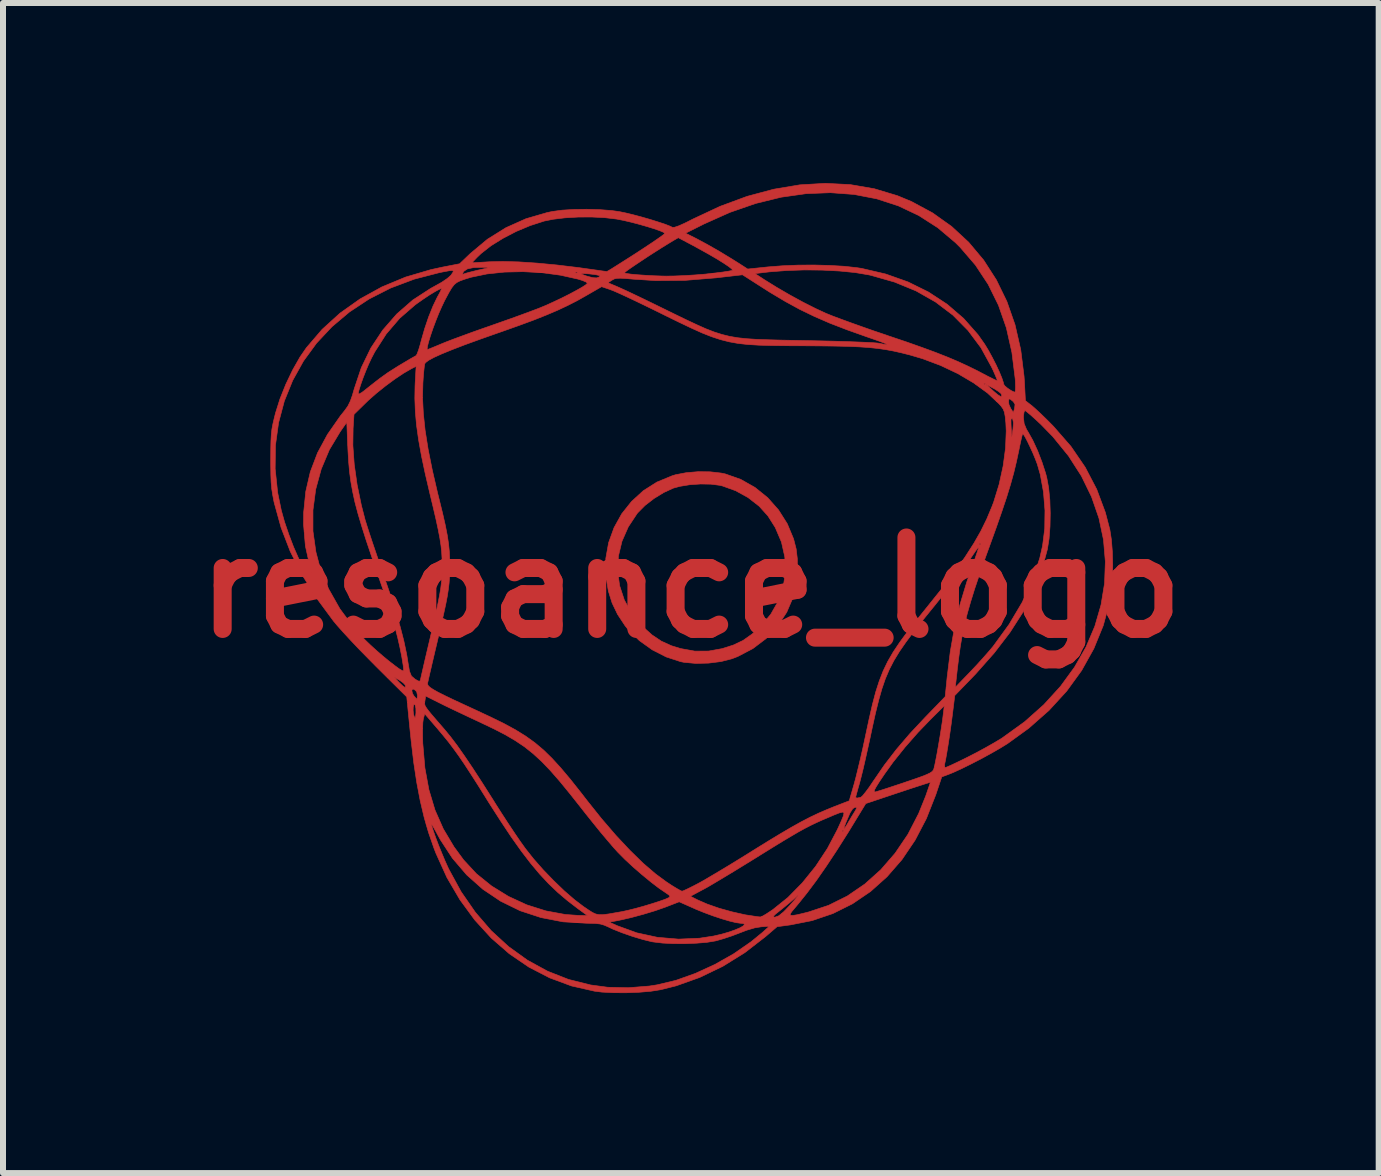
<source format=kicad_pcb>
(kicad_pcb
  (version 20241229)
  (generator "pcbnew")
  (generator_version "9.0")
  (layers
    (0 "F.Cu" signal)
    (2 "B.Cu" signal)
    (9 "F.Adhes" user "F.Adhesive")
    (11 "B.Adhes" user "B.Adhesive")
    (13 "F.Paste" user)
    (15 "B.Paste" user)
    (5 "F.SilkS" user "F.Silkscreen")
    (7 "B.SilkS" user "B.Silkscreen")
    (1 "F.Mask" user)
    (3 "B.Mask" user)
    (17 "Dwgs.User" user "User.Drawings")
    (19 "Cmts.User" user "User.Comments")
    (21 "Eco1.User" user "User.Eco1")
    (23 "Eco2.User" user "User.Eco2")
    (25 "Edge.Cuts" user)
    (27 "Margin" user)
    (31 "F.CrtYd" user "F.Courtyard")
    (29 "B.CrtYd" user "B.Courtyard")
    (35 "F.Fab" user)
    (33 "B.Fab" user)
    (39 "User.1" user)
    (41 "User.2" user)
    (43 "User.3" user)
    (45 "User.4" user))
  (footprint "resoance_logo"
    (layer "F.Cu")
    (at 8.462 6.741)
    (property "Reference" "resoance_logo" (at 0 0 0) (layer "F.Cu") (effects (font (size 1.524 1.524) (thickness 0.3))))
    (attr through_hole)
    (fp_poly (pts (xy 0.322 -1.929) (xy 0.506 -1.908) (xy 0.573 -1.894) (xy 0.831 -1.803) (xy 1.068 -1.669) (xy 1.28 -1.498) (xy 1.461 -1.294) (xy 1.607 -1.063) (xy 1.712 -0.811) (xy 1.755 -0.643) (xy 1.774 -0.482) (xy 1.775 -0.294) (xy 1.759 -0.102) (xy 1.729 0.073) (xy 1.708 0.153) (xy 1.598 0.411) (xy 1.446 0.644) (xy 1.256 0.848) (xy 1.033 1.017) (xy 0.781 1.149) (xy 0.682 1.187) (xy 0.502 1.233) (xy 0.295 1.259) (xy 0.083 1.264) (xy -0.113 1.246) (xy -0.172 1.234) (xy -0.411 1.156) (xy -0.644 1.037) (xy -0.858 0.884) (xy -1.04 0.706) (xy -1.096 0.636) (xy -1.221 0.447) (xy -1.312 0.257) (xy -1.375 0.057) (xy -1.42 -0.217) (xy -1.419 -0.277) (xy -1.22 -0.277) (xy -1.187 -0.031) (xy -1.109 0.206) (xy -0.986 0.429) (xy -0.819 0.633) (xy -0.803 0.649) (xy -0.646 0.79) (xy -0.492 0.893) (xy -0.325 0.969) (xy -0.173 1.016) (xy 0.065 1.059) (xy 0.297 1.058) (xy 0.519 1.018) (xy 0.708 0.958) (xy 0.87 0.881) (xy 1.02 0.775) (xy 1.159 0.649) (xy 1.331 0.446) (xy 1.458 0.223) (xy 1.54 -0.014) (xy 1.576 -0.26) (xy 1.566 -0.51) (xy 1.51 -0.758) (xy 1.407 -1) (xy 1.285 -1.193) (xy 1.138 -1.356) (xy 0.953 -1.5) (xy 0.746 -1.614) (xy 0.527 -1.693) (xy 0.481 -1.704) (xy 0.334 -1.723) (xy 0.162 -1.726) (xy -0.017 -1.714) (xy -0.182 -1.687) (xy -0.292 -1.657) (xy -0.451 -1.584) (xy -0.614 -1.484) (xy -0.764 -1.368) (xy -0.882 -1.249) (xy -0.893 -1.237) (xy -1.043 -1.01) (xy -1.148 -0.771) (xy -1.207 -0.525) (xy -1.22 -0.277) (xy -1.419 -0.277) (xy -1.417 -0.487) (xy -1.37 -0.749) (xy -1.28 -0.998) (xy -1.152 -1.229) (xy -0.988 -1.435) (xy -0.792 -1.614) (xy -0.565 -1.758) (xy -0.311 -1.863) (xy -0.255 -1.88) (xy -0.079 -1.914) (xy 0.12 -1.931) (xy 0.322 -1.929)) (stroke (width 0.01) (type solid)) (fill yes) (layer "F.Cu"))
    (fp_poly (pts (xy 2.656 -6.715) (xy 3.056 -6.646) (xy 3.442 -6.53) (xy 3.676 -6.433) (xy 4.027 -6.244) (xy 4.346 -6.017) (xy 4.63 -5.754) (xy 4.879 -5.457) (xy 5.091 -5.127) (xy 5.266 -4.768) (xy 5.402 -4.379) (xy 5.497 -3.964) (xy 5.552 -3.524) (xy 5.559 -3.423) (xy 5.575 -3.114) (xy 5.688 -3.026) (xy 5.748 -2.973) (xy 5.833 -2.894) (xy 5.931 -2.799) (xy 6.033 -2.696) (xy 6.048 -2.68) (xy 6.334 -2.352) (xy 6.572 -2.004) (xy 6.763 -1.638) (xy 6.907 -1.252) (xy 6.982 -0.966) (xy 7.008 -0.797) (xy 7.024 -0.594) (xy 7.03 -0.374) (xy 7.025 -0.153) (xy 7.01 0.051) (xy 6.984 0.223) (xy 6.983 0.229) (xy 6.872 0.633) (xy 6.715 1.018) (xy 6.512 1.382) (xy 6.263 1.725) (xy 5.969 2.046) (xy 5.631 2.344) (xy 5.276 2.601) (xy 5.154 2.676) (xy 5.004 2.762) (xy 4.838 2.853) (xy 4.669 2.94) (xy 4.509 3.019) (xy 4.371 3.082) (xy 4.296 3.112) (xy 4.181 3.155) (xy 4.081 3.453) (xy 3.925 3.849) (xy 3.737 4.209) (xy 3.518 4.533) (xy 3.269 4.819) (xy 2.994 5.065) (xy 2.692 5.27) (xy 2.367 5.432) (xy 2.019 5.55) (xy 1.66 5.621) (xy 1.437 5.651) (xy 1.246 5.815) (xy 0.9 6.083) (xy 0.533 6.311) (xy 0.149 6.496) (xy -0.243 6.636) (xy -0.502 6.701) (xy -0.667 6.727) (xy -0.865 6.744) (xy -1.079 6.752) (xy -1.29 6.751) (xy -1.483 6.741) (xy -1.608 6.725) (xy -1.99 6.638) (xy -2.354 6.503) (xy -2.7 6.324) (xy -3.025 6.102) (xy -3.326 5.84) (xy -3.601 5.539) (xy -3.848 5.202) (xy -4.065 4.831) (xy -4.248 4.427) (xy -4.283 4.336) (xy -4.37 4.085) (xy -4.412 3.943) (xy -4.322 3.943) (xy -4.313 3.987) (xy -4.287 4.067) (xy -4.249 4.174) (xy -4.202 4.298) (xy -4.149 4.428) (xy -4.096 4.555) (xy -4.045 4.668) (xy -4.034 4.691) (xy -3.828 5.069) (xy -3.591 5.411) (xy -3.327 5.717) (xy -3.037 5.983) (xy -2.723 6.209) (xy -2.389 6.392) (xy -2.038 6.53) (xy -1.67 6.622) (xy -1.386 6.66) (xy -1.043 6.668) (xy -0.692 6.64) (xy -0.563 6.62) (xy -0.249 6.545) (xy 0.076 6.429) (xy 0.401 6.28) (xy 0.715 6.102) (xy 1.005 5.901) (xy 1.195 5.745) (xy 1.309 5.643) (xy 1.17 5.653) (xy 1.062 5.671) (xy 0.93 5.71) (xy 0.813 5.755) (xy 0.687 5.803) (xy 0.549 5.849) (xy 0.427 5.884) (xy 0.406 5.889) (xy 0.266 5.912) (xy 0.093 5.926) (xy -0.099 5.934) (xy -0.293 5.933) (xy -0.472 5.924) (xy -0.621 5.906) (xy -0.648 5.902) (xy -0.799 5.865) (xy -0.972 5.813) (xy -1.145 5.753) (xy -1.3 5.691) (xy -1.378 5.654) (xy -1.445 5.625) (xy -1.511 5.606) (xy -1.592 5.597) (xy -1.705 5.594) (xy -1.747 5.593) (xy -2.046 5.575) (xy -1.36 5.575) (xy -1.221 5.637) (xy -0.899 5.754) (xy -0.557 5.828) (xy -0.206 5.858) (xy 0.144 5.843) (xy 0.378 5.807) (xy 0.512 5.776) (xy 0.633 5.741) (xy 0.738 5.704) (xy 0.82 5.669) (xy 0.874 5.638) (xy 0.894 5.613) (xy 0.875 5.598) (xy 0.828 5.594) (xy 0.755 5.584) (xy 0.647 5.558) (xy 0.514 5.519) (xy 0.367 5.47) (xy 0.219 5.415) (xy 0.079 5.358) (xy 0.062 5.35) (xy -0.195 5.236) (xy -0.427 5.326) (xy -0.596 5.385) (xy -0.794 5.445) (xy -0.998 5.5) (xy -1.187 5.543) (xy -1.259 5.557) (xy -1.36 5.575) (xy -2.046 5.575) (xy -2.131 5.57) (xy -2.498 5.499) (xy -2.845 5.385) (xy -3.168 5.227) (xy -3.466 5.027) (xy -3.735 4.788) (xy -3.973 4.51) (xy -4.178 4.196) (xy -4.206 4.144) (xy -4.255 4.054) (xy -4.294 3.985) (xy -4.317 3.947) (xy -4.322 3.943) (xy -4.412 3.943) (xy -4.445 3.826) (xy -4.51 3.551) (xy -4.567 3.252) (xy -4.617 2.922) (xy -4.661 2.552) (xy -4.67 2.464) (xy -4.47 2.464) (xy -4.467 2.597) (xy -4.466 2.606) (xy -4.432 3.005) (xy -4.365 3.369) (xy -4.264 3.706) (xy -4.125 4.021) (xy -3.947 4.32) (xy -3.787 4.538) (xy -3.573 4.769) (xy -3.32 4.973) (xy -3.038 5.147) (xy -2.734 5.287) (xy -2.415 5.388) (xy -2.09 5.448) (xy -1.872 5.463) (xy -1.723 5.466) (xy -1.885 5.348) (xy -2.057 5.216) (xy -2.217 5.08) (xy -2.37 4.934) (xy -2.52 4.773) (xy -2.671 4.593) (xy -2.827 4.389) (xy -2.993 4.155) (xy -3.171 3.887) (xy -3.368 3.58) (xy -3.42 3.496) (xy -3.559 3.274) (xy -3.677 3.09) (xy -3.779 2.934) (xy -3.87 2.801) (xy -3.956 2.682) (xy -4.04 2.571) (xy -4.129 2.462) (xy -4.227 2.345) (xy -4.23 2.342) (xy -4.435 2.103) (xy -4.458 2.189) (xy -4.466 2.247) (xy -4.47 2.343) (xy -4.47 2.464) (xy -4.67 2.464) (xy -4.679 2.379) (xy -4.712 2.047) (xy -4.628 2.047) (xy -4.621 2.11) (xy -4.608 2.153) (xy -4.595 2.168) (xy -4.586 2.136) (xy -4.581 2.088) (xy -4.582 2.013) (xy -4.594 1.96) (xy -4.6 1.949) (xy -4.617 1.952) (xy -4.626 1.99) (xy -4.628 2.047) (xy -4.712 2.047) (xy -4.722 1.942) (xy -4.435 1.942) (xy -4.428 1.969) (xy -4.407 2.004) (xy -4.371 2.053) (xy -4.314 2.122) (xy -4.233 2.216) (xy -4.123 2.343) (xy -4.104 2.365) (xy -4.006 2.484) (xy -3.896 2.629) (xy -3.773 2.804) (xy -3.632 3.013) (xy -3.473 3.258) (xy -3.292 3.543) (xy -3.253 3.606) (xy -3.151 3.766) (xy -3.043 3.932) (xy -2.937 4.091) (xy -2.841 4.232) (xy -2.763 4.341) (xy -2.762 4.343) (xy -2.622 4.52) (xy -2.46 4.704) (xy -2.284 4.886) (xy -2.106 5.057) (xy -1.936 5.204) (xy -1.783 5.32) (xy -1.782 5.32) (xy -1.7 5.376) (xy -1.638 5.415) (xy -1.583 5.44) (xy -1.527 5.451) (xy -1.458 5.45) (xy -1.366 5.438) (xy -1.24 5.416) (xy -1.148 5.4) (xy -1.047 5.378) (xy -0.922 5.347) (xy -0.785 5.309) (xy -0.649 5.268) (xy -0.525 5.228) (xy -0.426 5.193) (xy -0.365 5.166) (xy -0.348 5.147) (xy -0.35 5.144) (xy -0.007 5.144) (xy 0.111 5.204) (xy 0.274 5.275) (xy 0.472 5.344) (xy 0.688 5.404) (xy 0.906 5.453) (xy 1.109 5.484) (xy 1.159 5.489) (xy 1.191 5.477) (xy 1.196 5.474) (xy 1.378 5.474) (xy 1.378 5.489) (xy 1.403 5.492) (xy 1.464 5.47) (xy 1.499 5.442) (xy 1.655 5.442) (xy 1.661 5.461) (xy 1.7 5.464) (xy 1.777 5.451) (xy 1.897 5.422) (xy 1.964 5.405) (xy 2.295 5.295) (xy 2.607 5.14) (xy 2.898 4.941) (xy 3.165 4.702) (xy 3.405 4.425) (xy 3.617 4.112) (xy 3.796 3.765) (xy 3.913 3.475) (xy 3.947 3.377) (xy 3.974 3.299) (xy 3.989 3.253) (xy 3.992 3.245) (xy 3.969 3.251) (xy 3.905 3.271) (xy 3.806 3.303) (xy 3.679 3.344) (xy 3.532 3.393) (xy 3.453 3.419) (xy 2.915 3.599) (xy 2.838 3.725) (xy 2.626 4.073) (xy 2.432 4.379) (xy 2.254 4.648) (xy 2.089 4.885) (xy 1.933 5.093) (xy 1.784 5.278) (xy 1.727 5.346) (xy 1.679 5.403) (xy 1.655 5.442) (xy 1.499 5.442) (xy 1.543 5.406) (xy 1.578 5.371) (xy 1.65 5.294) (xy 1.717 5.218) (xy 1.755 5.174) (xy 1.785 5.135) (xy 1.787 5.128) (xy 1.756 5.154) (xy 1.716 5.19) (xy 1.639 5.257) (xy 1.545 5.334) (xy 1.479 5.387) (xy 1.41 5.442) (xy 1.378 5.474) (xy 1.196 5.474) (xy 1.253 5.441) (xy 1.334 5.388) (xy 1.368 5.365) (xy 1.618 5.164) (xy 1.857 4.921) (xy 2.079 4.646) (xy 2.276 4.347) (xy 2.43 4.055) (xy 2.517 4.055) (xy 2.53 4.068) (xy 2.543 4.055) (xy 2.53 4.043) (xy 2.517 4.055) (xy 2.43 4.055) (xy 2.441 4.033) (xy 2.448 4.017) (xy 2.551 4.017) (xy 2.566 4.005) (xy 2.603 3.948) (xy 2.633 3.896) (xy 2.68 3.816) (xy 2.723 3.746) (xy 2.74 3.718) (xy 2.763 3.677) (xy 2.755 3.663) (xy 2.735 3.661) (xy 2.698 3.685) (xy 2.656 3.749) (xy 2.641 3.782) (xy 2.588 3.906) (xy 2.558 3.984) (xy 2.551 4.017) (xy 2.448 4.017) (xy 2.449 4.017) (xy 2.507 3.889) (xy 2.542 3.804) (xy 2.551 3.756) (xy 2.53 3.741) (xy 2.474 3.755) (xy 2.38 3.792) (xy 2.297 3.828) (xy 2.19 3.873) (xy 2.093 3.917) (xy 1.999 3.962) (xy 1.902 4.012) (xy 1.796 4.07) (xy 1.675 4.141) (xy 1.532 4.226) (xy 1.361 4.331) (xy 1.156 4.458) (xy 1.055 4.521) (xy 0.881 4.628) (xy 0.71 4.733) (xy 0.549 4.83) (xy 0.407 4.915) (xy 0.292 4.983) (xy 0.211 5.028) (xy 0.206 5.03) (xy -0.007 5.144) (xy -0.35 5.144) (xy -0.365 5.123) (xy -0.421 5.084) (xy -0.423 5.083) (xy -0.533 5.008) (xy -0.666 4.906) (xy -0.813 4.785) (xy -0.961 4.657) (xy -1.099 4.529) (xy -1.216 4.411) (xy -1.216 4.411) (xy -1.292 4.327) (xy -1.391 4.211) (xy -1.507 4.073) (xy -1.63 3.921) (xy -1.755 3.765) (xy -1.823 3.678) (xy -2.017 3.433) (xy -2.188 3.224) (xy -2.343 3.047) (xy -2.488 2.896) (xy -2.629 2.767) (xy -2.772 2.653) (xy -2.924 2.551) (xy -3.091 2.453) (xy -3.279 2.356) (xy -3.493 2.254) (xy -3.496 2.252) (xy -3.655 2.178) (xy -3.818 2.101) (xy -3.972 2.028) (xy -4.103 1.965) (xy -4.173 1.93) (xy -4.419 1.807) (xy -4.431 1.889) (xy -4.435 1.917) (xy -4.435 1.942) (xy -4.722 1.942) (xy -4.734 1.822) (xy -4.84 1.717) (xy -4.649 1.717) (xy -4.639 1.765) (xy -4.611 1.81) (xy -4.564 1.862) (xy -4.555 1.803) (xy -4.568 1.738) (xy -4.593 1.71) (xy -4.63 1.689) (xy -4.646 1.705) (xy -4.649 1.717) (xy -4.84 1.717) (xy -5.066 1.493) (xy -4.945 1.493) (xy -4.858 1.585) (xy -4.797 1.643) (xy -4.762 1.664) (xy -4.754 1.647) (xy -4.761 1.622) (xy -4.791 1.589) (xy -4.846 1.549) (xy -4.86 1.541) (xy -4.945 1.493) (xy -5.066 1.493) (xy -5.248 1.312) (xy -5.393 1.165) (xy -5.538 1.017) (xy -5.674 0.873) (xy -5.794 0.743) (xy -5.891 0.634) (xy -5.954 0.559) (xy -6.241 0.17) (xy -6.481 -0.217) (xy -6.676 -0.604) (xy -6.828 -0.999) (xy -6.94 -1.404) (xy -6.947 -1.433) (xy -6.968 -1.542) (xy -6.984 -1.645) (xy -6.994 -1.754) (xy -6.999 -1.882) (xy -7 -1.98) (xy -6.927 -1.98) (xy -6.885 -1.58) (xy -6.824 -1.284) (xy -6.77 -1.092) (xy -6.699 -0.884) (xy -6.621 -0.679) (xy -6.542 -0.499) (xy -6.528 -0.47) (xy -6.493 -0.404) (xy -6.444 -0.316) (xy -6.388 -0.218) (xy -6.329 -0.118) (xy -6.274 -0.027) (xy -6.228 0.047) (xy -6.197 0.092) (xy -6.188 0.102) (xy -6.191 0.081) (xy -6.209 0.03) (xy -6.219 0.006) (xy -6.345 -0.34) (xy -6.423 -0.692) (xy -6.454 -1.056) (xy -6.452 -1.255) (xy -6.448 -1.291) (xy -6.297 -1.291) (xy -6.297 -0.94) (xy -6.248 -0.593) (xy -6.178 -0.329) (xy -6.037 0.02) (xy -5.849 0.353) (xy -5.616 0.667) (xy -5.43 0.87) (xy -5.342 0.955) (xy -5.242 1.046) (xy -5.137 1.137) (xy -5.034 1.222) (xy -4.94 1.295) (xy -4.863 1.352) (xy -4.809 1.384) (xy -4.788 1.389) (xy -4.787 1.361) (xy -4.794 1.294) (xy -4.809 1.202) (xy -4.817 1.153) (xy -4.849 0.993) (xy -4.885 0.835) (xy -4.928 0.669) (xy -4.981 0.487) (xy -5.046 0.282) (xy -5.125 0.046) (xy -5.211 -0.203) (xy -5.319 -0.516) (xy -5.41 -0.787) (xy -5.485 -1.024) (xy -5.547 -1.233) (xy -5.597 -1.421) (xy -5.635 -1.595) (xy -5.665 -1.76) (xy -5.687 -1.924) (xy -5.702 -2.092) (xy -5.713 -2.272) (xy -5.717 -2.362) (xy -5.718 -2.368) (xy -5.632 -2.368) (xy -5.609 -2.05) (xy -5.561 -1.713) (xy -5.49 -1.369) (xy -5.428 -1.129) (xy -5.401 -1.042) (xy -5.361 -0.917) (xy -5.31 -0.763) (xy -5.251 -0.589) (xy -5.188 -0.404) (xy -5.135 -0.251) (xy -5.017 0.093) (xy -4.92 0.395) (xy -4.842 0.658) (xy -4.783 0.887) (xy -4.741 1.085) (xy -4.73 1.144) (xy -4.714 1.245) (xy -4.698 1.339) (xy -4.689 1.393) (xy -4.656 1.474) (xy -4.594 1.527) (xy -4.541 1.557) (xy -4.516 1.56) (xy -4.506 1.537) (xy -4.505 1.532) (xy -4.497 1.496) (xy -4.479 1.417) (xy -4.453 1.304) (xy -4.42 1.162) (xy -4.382 1) (xy -4.347 0.852) (xy -4.292 0.614) (xy -4.247 0.419) (xy -4.213 0.259) (xy -4.187 0.126) (xy -4.168 0.013) (xy -4.156 -0.087) (xy -4.149 -0.181) (xy -4.145 -0.277) (xy -4.145 -0.369) (xy -4.146 -0.481) (xy -4.152 -0.589) (xy -4.164 -0.702) (xy -4.183 -0.826) (xy -4.211 -0.97) (xy -4.248 -1.142) (xy -4.296 -1.348) (xy -4.345 -1.551) (xy -4.425 -1.893) (xy -4.489 -2.195) (xy -4.537 -2.463) (xy -4.571 -2.706) (xy -4.591 -2.931) (xy -4.599 -3.145) (xy -4.599 -3.166) (xy -4.471 -3.166) (xy -4.458 -2.905) (xy -4.428 -2.62) (xy -4.378 -2.305) (xy -4.308 -1.955) (xy -4.218 -1.566) (xy -4.192 -1.462) (xy -4.135 -1.23) (xy -4.091 -1.036) (xy -4.059 -0.872) (xy -4.037 -0.727) (xy -4.024 -0.592) (xy -4.018 -0.456) (xy -4.017 -0.369) (xy -4.018 -0.261) (xy -4.022 -0.164) (xy -4.029 -0.069) (xy -4.041 0.031) (xy -4.058 0.142) (xy -4.083 0.272) (xy -4.117 0.429) (xy -4.16 0.619) (xy -4.214 0.851) (xy -4.223 0.89) (xy -4.265 1.067) (xy -4.303 1.229) (xy -4.336 1.371) (xy -4.362 1.483) (xy -4.379 1.56) (xy -4.387 1.592) (xy -4.386 1.614) (xy -4.373 1.638) (xy -4.342 1.666) (xy -4.29 1.7) (xy -4.212 1.744) (xy -4.104 1.798) (xy -3.961 1.867) (xy -3.78 1.951) (xy -3.598 2.035) (xy -3.339 2.156) (xy -3.116 2.265) (xy -2.923 2.37) (xy -2.753 2.475) (xy -2.6 2.585) (xy -2.455 2.707) (xy -2.313 2.846) (xy -2.166 3.007) (xy -2.007 3.196) (xy -1.83 3.419) (xy -1.731 3.547) (xy -1.49 3.849) (xy -1.251 4.127) (xy -1.017 4.377) (xy -0.795 4.594) (xy -0.586 4.773) (xy -0.411 4.902) (xy -0.314 4.966) (xy -0.23 5.017) (xy -0.171 5.05) (xy -0.147 5.06) (xy -0.114 5.048) (xy -0.047 5.017) (xy 0.043 4.972) (xy 0.124 4.93) (xy 0.209 4.883) (xy 0.328 4.813) (xy 0.475 4.726) (xy 0.641 4.626) (xy 0.817 4.518) (xy 0.996 4.407) (xy 1.029 4.386) (xy 1.276 4.233) (xy 1.489 4.104) (xy 1.673 3.996) (xy 1.836 3.905) (xy 1.984 3.828) (xy 2.125 3.761) (xy 2.266 3.7) (xy 2.394 3.648) (xy 2.64 3.553) (xy 2.656 3.496) (xy 2.746 3.496) (xy 2.766 3.508) (xy 2.818 3.498) (xy 2.835 3.493) (xy 2.865 3.466) (xy 2.914 3.405) (xy 2.919 3.399) (xy 3.055 3.399) (xy 3.066 3.407) (xy 3.096 3.399) (xy 3.166 3.378) (xy 3.268 3.345) (xy 3.395 3.303) (xy 3.54 3.255) (xy 3.554 3.25) (xy 3.718 3.194) (xy 3.84 3.151) (xy 3.927 3.117) (xy 3.984 3.09) (xy 4.02 3.066) (xy 4.04 3.042) (xy 4.047 3.027) (xy 4.058 2.987) (xy 4.227 2.987) (xy 4.239 3) (xy 4.269 2.989) (xy 4.335 2.96) (xy 4.431 2.915) (xy 4.546 2.859) (xy 4.616 2.824) (xy 4.764 2.748) (xy 4.917 2.665) (xy 5.061 2.583) (xy 5.179 2.512) (xy 5.199 2.498) (xy 5.562 2.236) (xy 5.882 1.951) (xy 6.16 1.646) (xy 6.394 1.325) (xy 6.585 0.99) (xy 6.732 0.644) (xy 6.835 0.289) (xy 6.894 -0.071) (xy 6.907 -0.434) (xy 6.876 -0.797) (xy 6.8 -1.157) (xy 6.677 -1.512) (xy 6.508 -1.859) (xy 6.293 -2.194) (xy 6.031 -2.516) (xy 5.836 -2.716) (xy 5.744 -2.802) (xy 5.664 -2.874) (xy 5.603 -2.925) (xy 5.57 -2.949) (xy 5.567 -2.949) (xy 5.553 -2.927) (xy 5.544 -2.869) (xy 5.543 -2.831) (xy 5.554 -2.732) (xy 5.593 -2.637) (xy 5.621 -2.591) (xy 5.699 -2.452) (xy 5.778 -2.28) (xy 5.851 -2.091) (xy 5.912 -1.904) (xy 5.931 -1.831) (xy 5.962 -1.662) (xy 5.982 -1.46) (xy 5.989 -1.241) (xy 5.985 -1.019) (xy 5.969 -0.812) (xy 5.941 -0.637) (xy 5.845 -0.281) (xy 5.711 0.065) (xy 5.536 0.407) (xy 5.318 0.747) (xy 5.056 1.089) (xy 4.747 1.438) (xy 4.676 1.512) (xy 4.398 1.799) (xy 4.359 2.113) (xy 4.338 2.276) (xy 4.314 2.445) (xy 4.289 2.609) (xy 4.265 2.756) (xy 4.244 2.874) (xy 4.229 2.943) (xy 4.227 2.987) (xy 4.058 2.987) (xy 4.06 2.979) (xy 4.078 2.891) (xy 4.101 2.773) (xy 4.125 2.636) (xy 4.15 2.49) (xy 4.173 2.346) (xy 4.193 2.214) (xy 4.206 2.11) (xy 4.223 1.97) (xy 4.004 2.187) (xy 3.786 2.413) (xy 3.57 2.659) (xy 3.37 2.909) (xy 3.229 3.105) (xy 3.146 3.228) (xy 3.091 3.315) (xy 3.061 3.37) (xy 3.055 3.399) (xy 2.919 3.399) (xy 2.977 3.32) (xy 3.036 3.232) (xy 3.225 2.957) (xy 3.426 2.696) (xy 3.65 2.434) (xy 3.902 2.165) (xy 4.238 1.818) (xy 4.254 1.662) (xy 4.407 1.662) (xy 4.652 1.408) (xy 4.758 1.296) (xy 4.866 1.177) (xy 4.963 1.067) (xy 5.038 0.978) (xy 5.038 0.978) (xy 5.302 0.615) (xy 5.52 0.248) (xy 5.691 -0.121) (xy 5.814 -0.49) (xy 5.861 -0.697) (xy 5.897 -0.982) (xy 5.901 -1.286) (xy 5.876 -1.592) (xy 5.823 -1.883) (xy 5.773 -2.057) (xy 5.74 -2.144) (xy 5.699 -2.243) (xy 5.653 -2.343) (xy 5.609 -2.435) (xy 5.57 -2.509) (xy 5.541 -2.554) (xy 5.529 -2.562) (xy 5.52 -2.535) (xy 5.504 -2.468) (xy 5.483 -2.372) (xy 5.466 -2.287) (xy 5.426 -2.1) (xy 5.381 -1.913) (xy 5.327 -1.718) (xy 5.262 -1.506) (xy 5.183 -1.27) (xy 5.089 -1) (xy 5.022 -0.814) (xy 4.907 -0.497) (xy 4.811 -0.221) (xy 4.729 0.022) (xy 4.662 0.238) (xy 4.606 0.434) (xy 4.56 0.617) (xy 4.523 0.793) (xy 4.492 0.969) (xy 4.466 1.153) (xy 4.442 1.346) (xy 4.407 1.662) (xy 4.254 1.662) (xy 4.27 1.5) (xy 4.323 1.068) (xy 4.393 0.668) (xy 4.484 0.285) (xy 4.6 -0.099) (xy 4.679 -0.324) (xy 4.723 -0.447) (xy 4.759 -0.552) (xy 4.785 -0.63) (xy 4.798 -0.672) (xy 4.798 -0.677) (xy 4.782 -0.66) (xy 4.744 -0.609) (xy 4.691 -0.531) (xy 4.634 -0.446) (xy 4.572 -0.358) (xy 4.484 -0.239) (xy 4.378 -0.1) (xy 4.26 0.052) (xy 4.137 0.207) (xy 4.068 0.293) (xy 3.879 0.526) (xy 3.72 0.727) (xy 3.587 0.905) (xy 3.476 1.065) (xy 3.384 1.216) (xy 3.307 1.365) (xy 3.241 1.52) (xy 3.184 1.686) (xy 3.131 1.873) (xy 3.078 2.086) (xy 3.023 2.334) (xy 2.988 2.5) (xy 2.949 2.677) (xy 2.91 2.852) (xy 2.873 3.014) (xy 2.839 3.151) (xy 2.813 3.252) (xy 2.808 3.269) (xy 2.78 3.367) (xy 2.759 3.444) (xy 2.747 3.49) (xy 2.746 3.496) (xy 2.656 3.496) (xy 2.718 3.283) (xy 2.748 3.173) (xy 2.784 3.026) (xy 2.825 2.855) (xy 2.867 2.672) (xy 2.906 2.49) (xy 2.911 2.466) (xy 2.971 2.187) (xy 3.026 1.947) (xy 3.081 1.739) (xy 3.14 1.556) (xy 3.205 1.389) (xy 3.281 1.231) (xy 3.372 1.074) (xy 3.482 0.91) (xy 3.613 0.731) (xy 3.771 0.53) (xy 3.958 0.298) (xy 3.96 0.295) (xy 4.195 0.002) (xy 4.395 -0.262) (xy 4.566 -0.504) (xy 4.708 -0.725) (xy 4.805 -0.725) (xy 4.818 -0.712) (xy 4.831 -0.725) (xy 4.818 -0.737) (xy 4.805 -0.725) (xy 4.708 -0.725) (xy 4.71 -0.727) (xy 4.831 -0.939) (xy 4.932 -1.145) (xy 5.018 -1.351) (xy 5.046 -1.424) (xy 5.137 -1.72) (xy 5.204 -2.026) (xy 5.244 -2.326) (xy 5.255 -2.609) (xy 5.249 -2.744) (xy 5.244 -2.792) (xy 5.334 -2.792) (xy 5.335 -2.722) (xy 5.337 -2.675) (xy 5.348 -2.504) (xy 5.368 -2.644) (xy 5.376 -2.744) (xy 5.365 -2.802) (xy 5.357 -2.815) (xy 5.341 -2.821) (xy 5.334 -2.792) (xy 5.244 -2.792) (xy 5.238 -2.851) (xy 5.225 -2.923) (xy 5.204 -2.975) (xy 5.168 -3.025) (xy 5.131 -3.066) (xy 5.088 -3.106) (xy 5.293 -3.106) (xy 5.301 -3.049) (xy 5.33 -2.985) (xy 5.375 -2.917) (xy 5.395 -2.99) (xy 5.402 -3.052) (xy 5.374 -3.098) (xy 5.358 -3.111) (xy 5.318 -3.143) (xy 5.301 -3.14) (xy 5.293 -3.106) (xy 5.088 -3.106) (xy 4.943 -3.242) (xy 4.734 -3.394) (xy 4.882 -3.394) (xy 4.894 -3.382) (xy 4.898 -3.385) (xy 4.92 -3.385) (xy 5.047 -3.27) (xy 5.111 -3.216) (xy 5.16 -3.184) (xy 5.183 -3.18) (xy 5.183 -3.18) (xy 5.176 -3.22) (xy 5.165 -3.237) (xy 5.128 -3.267) (xy 5.064 -3.308) (xy 5.029 -3.327) (xy 4.92 -3.385) (xy 4.898 -3.385) (xy 4.907 -3.394) (xy 4.894 -3.407) (xy 4.882 -3.394) (xy 4.734 -3.394) (xy 4.712 -3.41) (xy 4.449 -3.565) (xy 4.162 -3.701) (xy 3.861 -3.814) (xy 3.65 -3.876) (xy 3.507 -3.912) (xy 3.374 -3.942) (xy 3.244 -3.966) (xy 3.11 -3.985) (xy 2.967 -4) (xy 2.806 -4.011) (xy 2.621 -4.019) (xy 2.405 -4.024) (xy 2.152 -4.027) (xy 1.881 -4.029) (xy 1.592 -4.03) (xy 1.346 -4.033) (xy 1.135 -4.039) (xy 0.952 -4.05) (xy 0.789 -4.068) (xy 0.639 -4.095) (xy 0.493 -4.132) (xy 0.344 -4.181) (xy 0.185 -4.244) (xy 0.008 -4.324) (xy -0.196 -4.421) (xy -0.433 -4.537) (xy -0.572 -4.606) (xy -0.746 -4.691) (xy -0.912 -4.771) (xy -1.062 -4.842) (xy -1.19 -4.901) (xy -1.288 -4.944) (xy -1.348 -4.967) (xy -1.487 -5.014) (xy -1.742 -4.867) (xy -1.896 -4.78) (xy -2.053 -4.7) (xy -2.221 -4.621) (xy -2.407 -4.542) (xy -2.618 -4.458) (xy -2.862 -4.368) (xy -3.146 -4.267) (xy -3.204 -4.247) (xy -3.51 -4.139) (xy -3.769 -4.045) (xy -3.982 -3.963) (xy -4.153 -3.893) (xy -4.281 -3.835) (xy -4.37 -3.787) (xy -4.421 -3.748) (xy -4.435 -3.727) (xy -4.442 -3.68) (xy -4.451 -3.596) (xy -4.46 -3.488) (xy -4.465 -3.407) (xy -4.471 -3.166) (xy -4.599 -3.166) (xy -4.596 -3.355) (xy -4.594 -3.401) (xy -4.578 -3.687) (xy -4.66 -3.645) (xy -4.785 -3.573) (xy -4.933 -3.474) (xy -5.089 -3.359) (xy -5.24 -3.238) (xy -5.372 -3.122) (xy -5.406 -3.089) (xy -5.613 -2.886) (xy -5.628 -2.655) (xy -5.632 -2.368) (xy -5.718 -2.368) (xy -5.733 -2.754) (xy -5.842 -2.599) (xy -6.023 -2.298) (xy -6.159 -1.975) (xy -6.251 -1.638) (xy -6.297 -1.291) (xy -6.448 -1.291) (xy -6.417 -1.6) (xy -6.341 -1.928) (xy -6.221 -2.244) (xy -6.055 -2.552) (xy -5.841 -2.859) (xy -5.769 -2.949) (xy -5.716 -3.023) (xy -5.674 -3.108) (xy -5.635 -3.218) (xy -5.633 -3.229) (xy -5.543 -3.229) (xy -5.525 -3.227) (xy -5.481 -3.252) (xy -5.439 -3.284) (xy -5.364 -3.344) (xy -5.27 -3.418) (xy -5.178 -3.489) (xy -5.048 -3.582) (xy -4.878 -3.69) (xy -4.678 -3.809) (xy -4.577 -3.866) (xy -4.561 -3.895) (xy -4.536 -3.962) (xy -4.533 -3.972) (xy -4.394 -3.972) (xy -4.389 -3.966) (xy -4.362 -3.976) (xy -4.3 -4.001) (xy -4.213 -4.037) (xy -4.166 -4.057) (xy -4.08 -4.092) (xy -3.955 -4.14) (xy -3.803 -4.196) (xy -3.634 -4.258) (xy -3.456 -4.321) (xy -3.369 -4.351) (xy -3.188 -4.415) (xy -3.006 -4.479) (xy -2.835 -4.541) (xy -2.686 -4.596) (xy -2.569 -4.64) (xy -2.53 -4.655) (xy -2.411 -4.704) (xy -2.282 -4.763) (xy -2.149 -4.826) (xy -2.022 -4.89) (xy -1.908 -4.951) (xy -1.814 -5.004) (xy -1.751 -5.045) (xy -1.724 -5.071) (xy -1.724 -5.073) (xy -1.731 -5.079) (xy -1.381 -5.079) (xy -1.231 -5.016) (xy -1.166 -4.987) (xy -1.063 -4.94) (xy -0.932 -4.878) (xy -0.78 -4.805) (xy -0.617 -4.726) (xy -0.509 -4.673) (xy -0.272 -4.557) (xy -0.072 -4.46) (xy 0.101 -4.379) (xy 0.251 -4.312) (xy 0.388 -4.259) (xy 0.517 -4.218) (xy 0.646 -4.186) (xy 0.781 -4.163) (xy 0.929 -4.147) (xy 1.098 -4.136) (xy 1.295 -4.129) (xy 1.526 -4.123) (xy 1.798 -4.118) (xy 1.907 -4.116) (xy 2.144 -4.111) (xy 2.369 -4.106) (xy 2.575 -4.1) (xy 2.758 -4.093) (xy 2.911 -4.087) (xy 3.029 -4.081) (xy 3.105 -4.075) (xy 3.127 -4.072) (xy 3.212 -4.056) (xy 3.257 -4.05) (xy 3.262 -4.056) (xy 3.224 -4.074) (xy 3.142 -4.105) (xy 3.014 -4.15) (xy 2.924 -4.181) (xy 2.601 -4.296) (xy 2.316 -4.406) (xy 2.058 -4.518) (xy 1.814 -4.636) (xy 1.573 -4.768) (xy 1.323 -4.917) (xy 1.2 -4.995) (xy 0.861 -5.212) (xy 0.418 -5.161) (xy -0.098 -5.119) (xy -0.585 -5.115) (xy -0.959 -5.139) (xy -1.086 -5.15) (xy -1.174 -5.155) (xy -1.233 -5.153) (xy -1.274 -5.144) (xy -1.308 -5.126) (xy -1.314 -5.123) (xy -1.381 -5.079) (xy -1.731 -5.079) (xy -1.747 -5.092) (xy -1.806 -5.117) (xy -1.88 -5.14) (xy -2.172 -5.205) (xy -2.369 -5.232) (xy -1.826 -5.232) (xy -1.819 -5.222) (xy -1.768 -5.202) (xy -1.729 -5.189) (xy -1.635 -5.164) (xy -1.572 -5.16) (xy -1.538 -5.171) (xy -1.513 -5.188) (xy -1.524 -5.2) (xy -1.577 -5.212) (xy -1.602 -5.216) (xy -1.692 -5.227) (xy -1.774 -5.234) (xy -1.792 -5.234) (xy -1.826 -5.232) (xy -2.369 -5.232) (xy -2.482 -5.247) (xy -2.631 -5.255) (xy -1.924 -5.255) (xy -1.92 -5.239) (xy -1.907 -5.238) (xy -1.892 -5.244) (xy -1.108 -5.244) (xy -1.075 -5.234) (xy -0.999 -5.223) (xy -0.892 -5.213) (xy -0.762 -5.204) (xy -0.619 -5.196) (xy -0.472 -5.191) (xy -0.407 -5.19) (xy -0.27 -5.192) (xy -0.102 -5.199) (xy 0.077 -5.21) (xy 0.249 -5.224) (xy 0.28 -5.228) (xy 0.318 -5.232) (xy 1.069 -5.232) (xy 1.227 -5.129) (xy 1.432 -5.002) (xy 1.652 -4.874) (xy 1.874 -4.753) (xy 2.084 -4.647) (xy 2.266 -4.563) (xy 2.268 -4.563) (xy 2.367 -4.523) (xy 2.504 -4.472) (xy 2.671 -4.411) (xy 2.859 -4.344) (xy 3.058 -4.274) (xy 3.26 -4.206) (xy 3.29 -4.195) (xy 3.593 -4.093) (xy 3.853 -4.001) (xy 4.079 -3.918) (xy 4.277 -3.84) (xy 4.454 -3.765) (xy 4.617 -3.69) (xy 4.774 -3.613) (xy 4.844 -3.576) (xy 4.945 -3.523) (xy 5.029 -3.481) (xy 5.086 -3.454) (xy 5.106 -3.447) (xy 5.1 -3.472) (xy 5.076 -3.531) (xy 5.039 -3.616) (xy 5.013 -3.67) (xy 4.835 -3.995) (xy 4.619 -4.284) (xy 4.366 -4.54) (xy 4.077 -4.759) (xy 3.753 -4.943) (xy 3.393 -5.091) (xy 3 -5.203) (xy 2.964 -5.211) (xy 2.739 -5.249) (xy 2.477 -5.275) (xy 2.191 -5.29) (xy 1.893 -5.293) (xy 1.595 -5.283) (xy 1.311 -5.261) (xy 1.215 -5.25) (xy 1.069 -5.232) (xy 0.318 -5.232) (xy 0.416 -5.243) (xy 0.535 -5.258) (xy 0.627 -5.272) (xy 0.682 -5.283) (xy 0.694 -5.287) (xy 0.683 -5.308) (xy 0.632 -5.349) (xy 0.547 -5.406) (xy 0.433 -5.477) (xy 0.295 -5.557) (xy 0.14 -5.643) (xy 0.042 -5.697) (xy -0.209 -5.83) (xy -0.289 -5.784) (xy -0.373 -5.733) (xy -0.477 -5.669) (xy -0.592 -5.596) (xy -0.712 -5.519) (xy -0.828 -5.442) (xy -0.933 -5.372) (xy -1.019 -5.313) (xy -1.08 -5.269) (xy -1.108 -5.246) (xy -1.108 -5.244) (xy -1.892 -5.244) (xy -1.886 -5.247) (xy -1.89 -5.255) (xy -1.92 -5.258) (xy -1.924 -5.255) (xy -2.631 -5.255) (xy -2.797 -5.264) (xy -3.106 -5.257) (xy -3.398 -5.226) (xy -3.662 -5.171) (xy -3.773 -5.137) (xy -3.845 -5.111) (xy -3.899 -5.084) (xy -3.943 -5.048) (xy -3.985 -4.994) (xy -4.033 -4.913) (xy -4.095 -4.797) (xy -4.105 -4.778) (xy -4.152 -4.679) (xy -4.203 -4.563) (xy -4.253 -4.437) (xy -4.3 -4.311) (xy -4.34 -4.193) (xy -4.371 -4.091) (xy -4.39 -4.015) (xy -4.394 -3.972) (xy -4.533 -3.972) (xy -4.508 -4.056) (xy -4.491 -4.122) (xy -4.435 -4.316) (xy -4.369 -4.511) (xy -4.297 -4.69) (xy -4.225 -4.84) (xy -4.205 -4.875) (xy -4.172 -4.937) (xy -4.156 -4.976) (xy -4.158 -4.983) (xy -4.195 -4.969) (xy -4.264 -4.931) (xy -4.355 -4.876) (xy -4.457 -4.808) (xy -4.561 -4.735) (xy -4.596 -4.709) (xy -4.851 -4.488) (xy -5.075 -4.227) (xy -5.268 -3.926) (xy -5.323 -3.821) (xy -5.369 -3.723) (xy -5.417 -3.609) (xy -5.463 -3.491) (xy -5.502 -3.381) (xy -5.53 -3.291) (xy -5.543 -3.234) (xy -5.543 -3.229) (xy -5.633 -3.229) (xy -5.608 -3.315) (xy -5.491 -3.665) (xy -5.332 -3.992) (xy -5.134 -4.291) (xy -4.9 -4.559) (xy -4.633 -4.792) (xy -4.336 -4.985) (xy -4.267 -5.023) (xy -4.152 -5.087) (xy -4.059 -5.15) (xy -3.999 -5.203) (xy -3.991 -5.213) (xy -3.986 -5.222) (xy -3.806 -5.222) (xy -3.791 -5.223) (xy -3.755 -5.236) (xy -3.683 -5.256) (xy -3.587 -5.28) (xy -3.554 -5.288) (xy -3.343 -5.335) (xy -3.474 -5.337) (xy -3.621 -5.332) (xy -3.724 -5.31) (xy -3.783 -5.27) (xy -3.792 -5.257) (xy -3.806 -5.222) (xy -3.986 -5.222) (xy -3.965 -5.252) (xy -3.958 -5.275) (xy -3.977 -5.284) (xy -4.029 -5.279) (xy -4.121 -5.262) (xy -4.19 -5.248) (xy -4.61 -5.139) (xy -5.001 -4.992) (xy -5.361 -4.809) (xy -5.688 -4.593) (xy -5.98 -4.347) (xy -6.237 -4.073) (xy -6.456 -3.773) (xy -6.635 -3.451) (xy -6.774 -3.108) (xy -6.87 -2.746) (xy -6.922 -2.37) (xy -6.927 -1.98) (xy -7 -1.98) (xy -7.001 -2.042) (xy -7.001 -2.148) (xy -7 -2.317) (xy -6.997 -2.447) (xy -6.991 -2.551) (xy -6.981 -2.641) (xy -6.964 -2.73) (xy -6.941 -2.829) (xy -6.92 -2.911) (xy -6.847 -3.143) (xy -6.75 -3.386) (xy -6.636 -3.625) (xy -6.512 -3.843) (xy -6.406 -3.997) (xy -6.145 -4.301) (xy -5.847 -4.572) (xy -5.513 -4.809) (xy -5.148 -5.01) (xy -4.753 -5.174) (xy -4.332 -5.298) (xy -4.144 -5.339) (xy -3.852 -5.396) (xy -3.836 -5.412) (xy -3.649 -5.412) (xy -3.356 -5.429) (xy -3.133 -5.434) (xy -2.867 -5.427) (xy -2.566 -5.407) (xy -2.237 -5.376) (xy -1.887 -5.334) (xy -1.843 -5.328) (xy -1.701 -5.308) (xy -1.578 -5.291) (xy -1.481 -5.277) (xy -1.419 -5.269) (xy -1.401 -5.266) (xy -1.378 -5.278) (xy -1.318 -5.314) (xy -1.228 -5.371) (xy -1.114 -5.443) (xy -0.982 -5.527) (xy -0.912 -5.572) (xy -0.773 -5.663) (xy -0.651 -5.744) (xy -0.55 -5.813) (xy -0.477 -5.865) (xy -0.437 -5.896) (xy -0.432 -5.902) (xy -0.437 -5.905) (xy -0.088 -5.905) (xy 0.09 -5.816) (xy 0.267 -5.721) (xy 0.469 -5.606) (xy 0.68 -5.478) (xy 0.798 -5.404) (xy 0.947 -5.308) (xy 1.281 -5.343) (xy 1.523 -5.362) (xy 1.785 -5.373) (xy 2.052 -5.375) (xy 2.312 -5.368) (xy 2.554 -5.354) (xy 2.764 -5.331) (xy 2.848 -5.318) (xy 3.247 -5.225) (xy 3.619 -5.093) (xy 3.961 -4.924) (xy 4.271 -4.721) (xy 4.546 -4.484) (xy 4.784 -4.215) (xy 4.896 -4.056) (xy 4.958 -3.954) (xy 5.023 -3.835) (xy 5.086 -3.712) (xy 5.141 -3.593) (xy 5.183 -3.491) (xy 5.208 -3.416) (xy 5.212 -3.39) (xy 5.232 -3.361) (xy 5.279 -3.321) (xy 5.337 -3.283) (xy 5.387 -3.259) (xy 5.4 -3.257) (xy 5.408 -3.279) (xy 5.41 -3.341) (xy 5.408 -3.43) (xy 5.405 -3.477) (xy 5.35 -3.918) (xy 5.258 -4.327) (xy 5.126 -4.705) (xy 4.954 -5.053) (xy 4.742 -5.374) (xy 4.489 -5.668) (xy 4.409 -5.748) (xy 4.115 -5.996) (xy 3.797 -6.2) (xy 3.457 -6.361) (xy 3.097 -6.478) (xy 2.72 -6.551) (xy 2.327 -6.58) (xy 1.921 -6.564) (xy 1.505 -6.505) (xy 1.081 -6.401) (xy 0.651 -6.252) (xy 0.217 -6.058) (xy 0.204 -6.051) (xy -0.088 -5.905) (xy -0.437 -5.905) (xy -0.455 -5.92) (xy -0.519 -5.947) (xy -0.614 -5.98) (xy -0.731 -6.016) (xy -0.86 -6.053) (xy -0.993 -6.088) (xy -1.121 -6.118) (xy -1.234 -6.14) (xy -1.241 -6.141) (xy -1.435 -6.164) (xy -1.653 -6.175) (xy -1.879 -6.174) (xy -2.099 -6.161) (xy -2.297 -6.137) (xy -2.445 -6.107) (xy -2.677 -6.032) (xy -2.909 -5.935) (xy -3.13 -5.82) (xy -3.33 -5.696) (xy -3.496 -5.566) (xy -3.56 -5.505) (xy -3.649 -5.412) (xy -3.836 -5.412) (xy -3.674 -5.567) (xy -3.39 -5.804) (xy -3.081 -5.997) (xy -2.748 -6.146) (xy -2.391 -6.25) (xy -2.307 -6.267) (xy -2.146 -6.289) (xy -1.951 -6.301) (xy -1.738 -6.304) (xy -1.523 -6.298) (xy -1.323 -6.283) (xy -1.193 -6.265) (xy -1.092 -6.244) (xy -0.966 -6.214) (xy -0.827 -6.177) (xy -0.684 -6.136) (xy -0.55 -6.094) (xy -0.434 -6.056) (xy -0.349 -6.023) (xy -0.308 -6.003) (xy -0.271 -6.004) (xy -0.195 -6.03) (xy -0.079 -6.083) (xy 0.035 -6.141) (xy 0.488 -6.353) (xy 0.937 -6.519) (xy 1.381 -6.638) (xy 1.816 -6.711) (xy 2.241 -6.736) (xy 2.656 -6.715)) (stroke (width 0.01) (type solid)) (fill yes) (layer "F.Cu")))
  (gr_rect
    (start -3 -3)
    (end 19.924 16.498)
    (stroke (width 0.1) (type default))
    (fill no)
    (layer "Edge.Cuts")))
</source>
